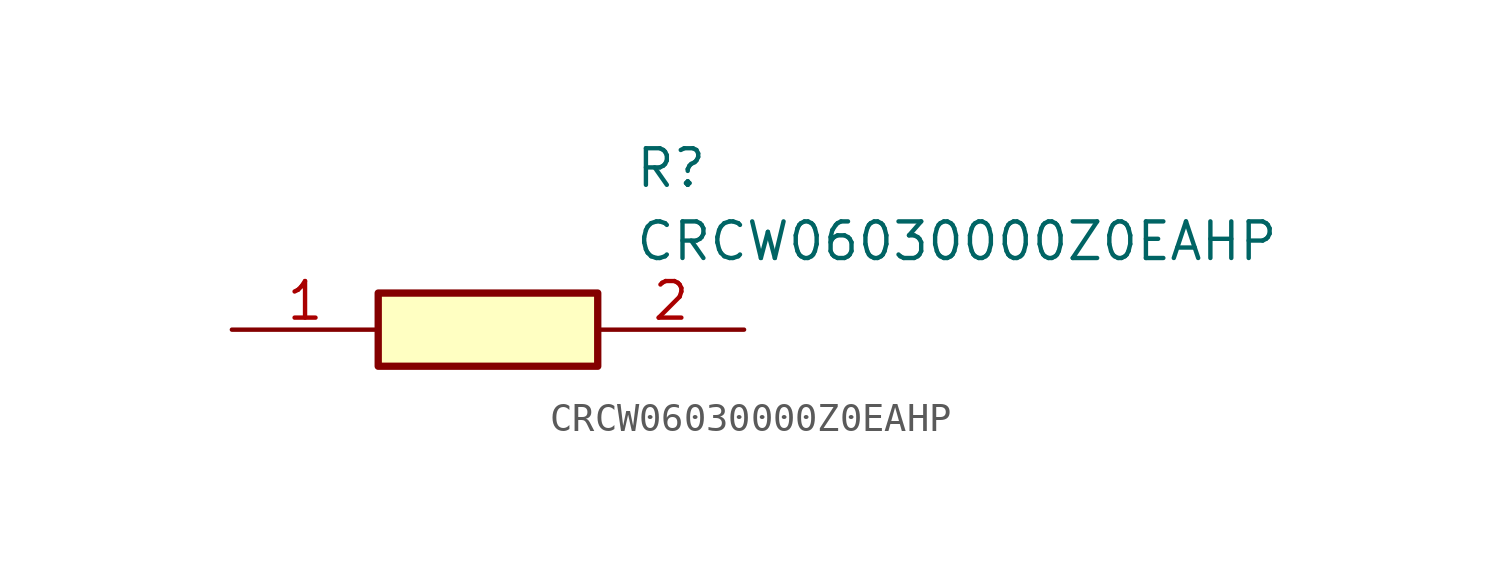
<source format=kicad_sym>
(kicad_symbol_lib
  (version 20211014)
  (generator SamacSys_ECAD_Model)
  (symbol "CRCW06030000Z0EAHP"
    (pin_names hide)
    (property "Reference" "R"
      (at 13.97 6.35 0)
      (effects (font (size 1.27 1.27)) (justify left top)))
    (property "Value" "CRCW06030000Z0EAHP"
      (at 13.97 3.81 0)
      (effects (font (size 1.27 1.27)) (justify left top)))
    (rectangle
      (start 5.08 1.27)
      (end 12.7 -1.27)
      (stroke (width 0.254) (type default))
      (fill (type background)))
    (pin passive line
      (at 0 0 0)
      (length 5.08)
      (name "1" (effects (font (size 1.27 1.27))))
      (number "1" (effects (font (size 1.27 1.27)))))
    (pin passive line
      (at 17.78 0 180)
      (length 5.08)
      (name "2" (effects (font (size 1.27 1.27))))
      (number "2" (effects (font (size 1.27 1.27)))))))
</source>
